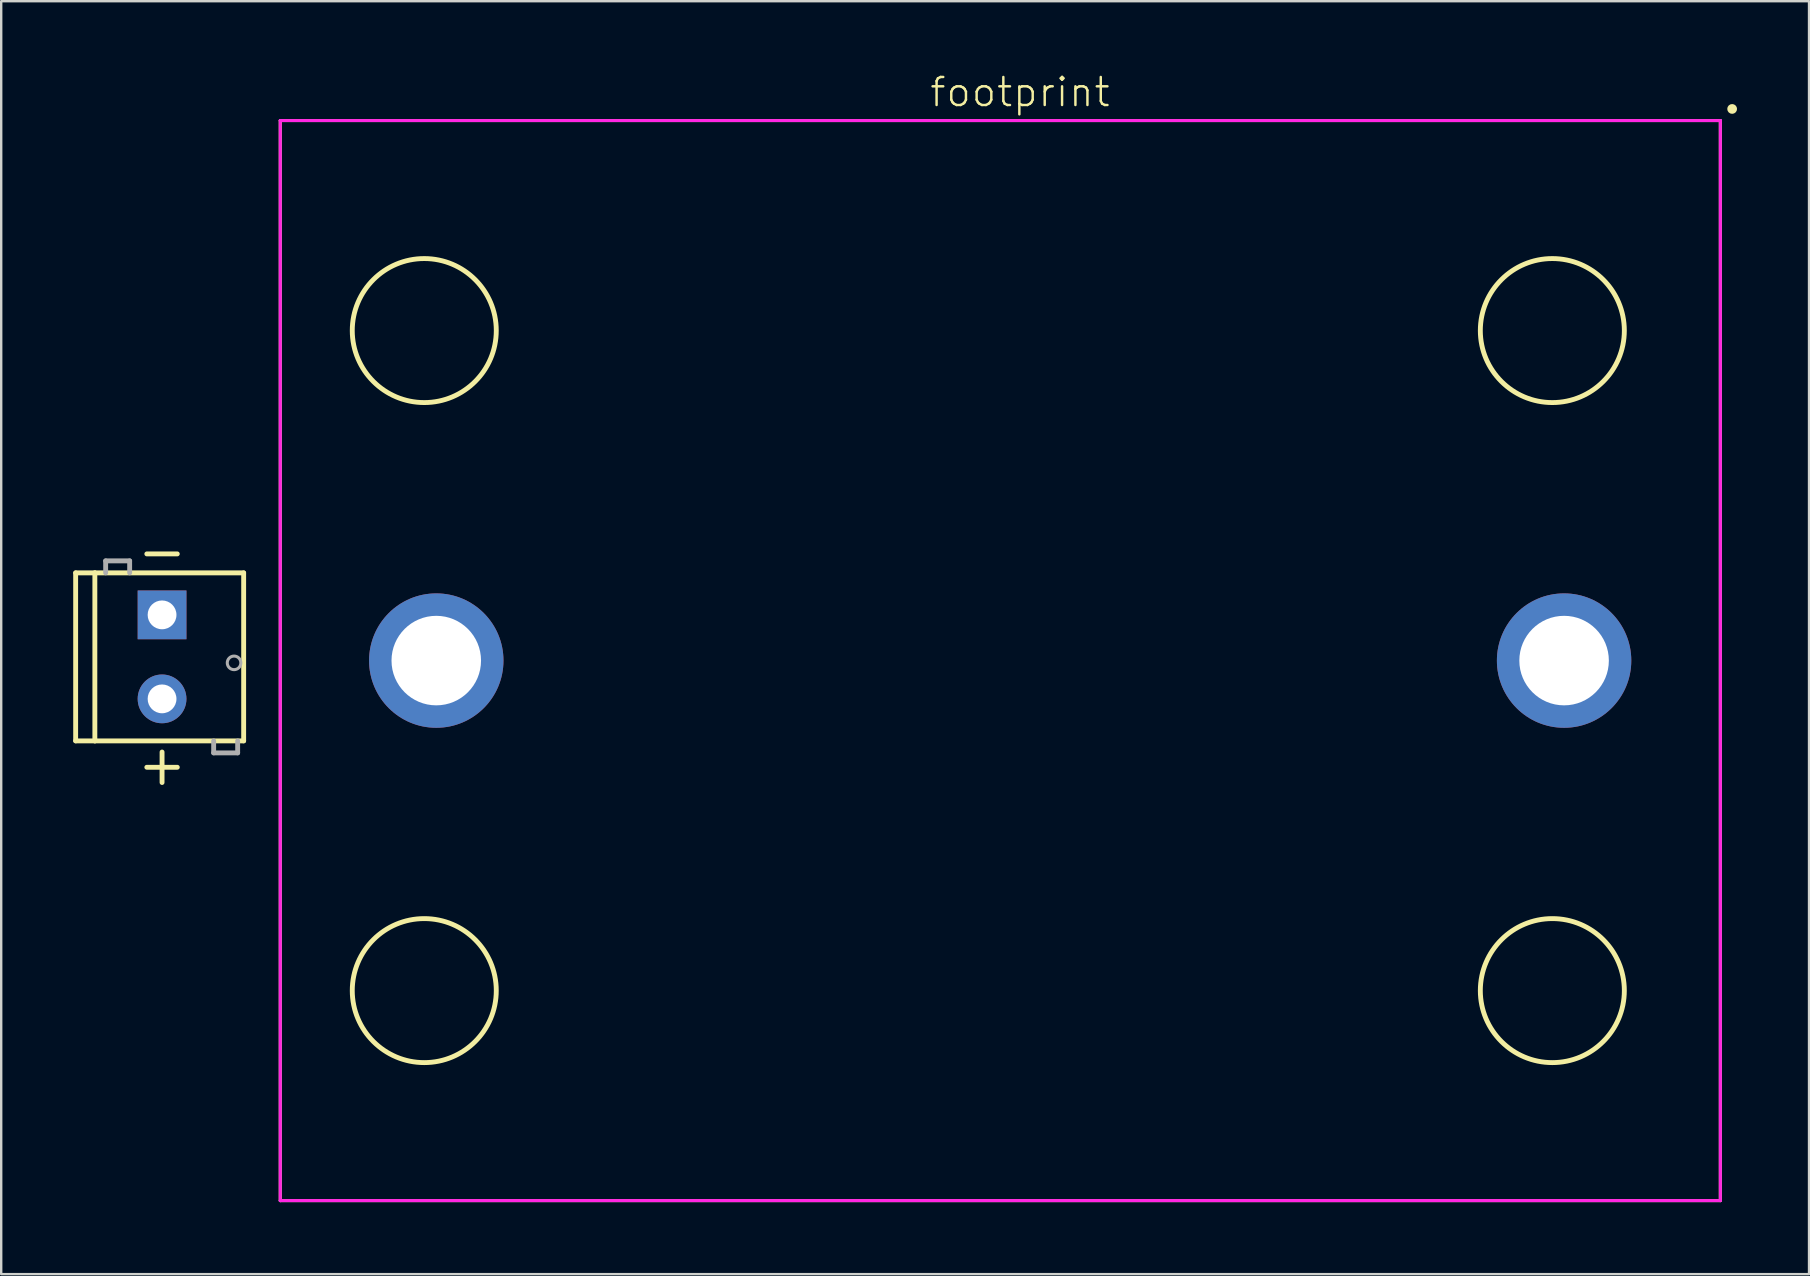
<source format=kicad_pcb>
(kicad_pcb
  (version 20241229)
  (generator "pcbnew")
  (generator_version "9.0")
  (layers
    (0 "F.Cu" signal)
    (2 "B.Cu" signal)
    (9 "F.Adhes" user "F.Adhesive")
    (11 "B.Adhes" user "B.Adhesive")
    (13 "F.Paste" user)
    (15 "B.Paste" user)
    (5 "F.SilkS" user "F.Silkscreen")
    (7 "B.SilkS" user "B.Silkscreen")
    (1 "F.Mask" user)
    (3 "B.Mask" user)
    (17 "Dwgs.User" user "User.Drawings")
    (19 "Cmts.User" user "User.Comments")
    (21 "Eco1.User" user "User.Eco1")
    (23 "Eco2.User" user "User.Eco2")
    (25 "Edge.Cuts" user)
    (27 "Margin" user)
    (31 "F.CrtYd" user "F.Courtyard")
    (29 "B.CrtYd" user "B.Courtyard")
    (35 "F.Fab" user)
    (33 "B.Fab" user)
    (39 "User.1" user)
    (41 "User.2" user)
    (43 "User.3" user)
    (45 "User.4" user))
  (footprint "footprint"
    (layer "F.Cu")
    (at 38.627 24.473)
    (property "Reference" "footprint" (at -3 -23 0) (layer "F.SilkS") (effects (font (size 1.168 1.168) (thickness 0.102)) (justify left bottom)))
    (fp_line (start -38.525 -3.655) (end -37.725 -3.655) (stroke (width 0.203) (type solid)) (layer "F.SilkS"))
    (fp_line (start -38.525 3.345) (end -38.525 -3.655) (stroke (width 0.203) (type solid)) (layer "F.SilkS"))
    (fp_line (start -37.725 -3.655) (end -31.525 -3.655) (stroke (width 0.203) (type solid)) (layer "F.SilkS"))
    (fp_line (start -37.725 3.345) (end -38.525 3.345) (stroke (width 0.203) (type solid)) (layer "F.SilkS"))
    (fp_line (start -37.725 3.345) (end -37.725 -3.655) (stroke (width 0.203) (type solid)) (layer "F.SilkS"))
    (fp_line (start -35.56 -4.445) (end -34.29 -4.445) (stroke (width 0.203) (type solid)) (layer "F.SilkS"))
    (fp_line (start -35.56 4.445) (end -34.29 4.445) (stroke (width 0.203) (type solid)) (layer "F.SilkS"))
    (fp_line (start -34.925 5.08) (end -34.925 3.81) (stroke (width 0.203) (type solid)) (layer "F.SilkS"))
    (fp_line (start -31.525 -3.655) (end -31.525 3.345) (stroke (width 0.203) (type solid)) (layer "F.SilkS"))
    (fp_line (start -31.525 3.345) (end -37.725 3.345) (stroke (width 0.203) (type solid)) (layer "F.SilkS"))
    (fp_line (start -30 -22.5) (end 30 -22.5) (stroke (width 0.127) (type solid)) (layer "F.SilkS"))
    (fp_line (start -30 22.5) (end -30 -22.5) (stroke (width 0.127) (type solid)) (layer "F.SilkS"))
    (fp_line (start 30 -22.5) (end 30 22.5) (stroke (width 0.127) (type solid)) (layer "F.SilkS"))
    (fp_line (start 30 22.5) (end -30 22.5) (stroke (width 0.127) (type solid)) (layer "F.SilkS"))
    (fp_circle (center -24 -13.75) (end -21 -13.75) (stroke (width 0.203) (type solid)) (fill no) (layer "F.SilkS"))
    (fp_circle (center -24 13.75) (end -21 13.75) (stroke (width 0.203) (type solid)) (fill no) (layer "F.SilkS"))
    (fp_circle (center 23 -13.75) (end 26 -13.75) (stroke (width 0.203) (type solid)) (fill no) (layer "F.SilkS"))
    (fp_circle (center 23 13.75) (end 26 13.75) (stroke (width 0.203) (type solid)) (fill no) (layer "F.SilkS"))
    (fp_circle (center 30.492 -22.984) (end 30.594 -22.984) (stroke (width 0.203) (type solid)) (fill no) (layer "F.SilkS"))
    (fp_line (start -30 -22.5) (end 30 -22.5) (stroke (width 0.127) (type solid)) (layer "F.CrtYd"))
    (fp_line (start -30 22.5) (end -30 -22.5) (stroke (width 0.127) (type solid)) (layer "F.CrtYd"))
    (fp_line (start 30 -22.5) (end 30 22.5) (stroke (width 0.127) (type solid)) (layer "F.CrtYd"))
    (fp_line (start 30 22.5) (end -30 22.5) (stroke (width 0.127) (type solid)) (layer "F.CrtYd"))
    (fp_line (start -37.275 -4.155) (end -37.275 -3.655) (stroke (width 0.203) (type solid)) (layer "F.Fab"))
    (fp_line (start -36.275 -4.155) (end -37.275 -4.155) (stroke (width 0.203) (type solid)) (layer "F.Fab"))
    (fp_line (start -36.275 -3.655) (end -36.275 -4.155) (stroke (width 0.203) (type solid)) (layer "F.Fab"))
    (fp_line (start -32.775 3.845) (end -32.775 3.345) (stroke (width 0.203) (type solid)) (layer "F.Fab"))
    (fp_line (start -31.775 3.345) (end -31.775 3.845) (stroke (width 0.203) (type solid)) (layer "F.Fab"))
    (fp_line (start -31.775 3.845) (end -32.775 3.845) (stroke (width 0.203) (type solid)) (layer "F.Fab"))
    (fp_circle (center -31.925 0.095) (end -31.642 0.095) (stroke (width 0.127) (type solid)) (fill no) (layer "F.Fab"))
    (pad "3" thru_hole circle (at -34.925 1.595 270) (size 2.032 2.032) (drill 1.2) (layers "*.Cu" "*.Mask"))
    (pad "4" thru_hole rect (at -34.925 -1.905 270) (size 2.032 2.032) (drill 1.2) (layers "*.Cu" "*.Mask"))
    (pad "H1" thru_hole circle (at -23.5 0) (size 5.6 5.6) (drill 3.73) (layers "*.Cu" "*.Mask"))
    (pad "H2" thru_hole circle (at 23.49 0) (size 5.6 5.6) (drill 3.73) (layers "*.Cu" "*.Mask")))
  (gr_rect
    (start -3 -3)
    (end 72.322 50.037)
    (stroke (width 0.1) (type default))
    (fill no)
    (layer "Edge.Cuts")))
</source>
